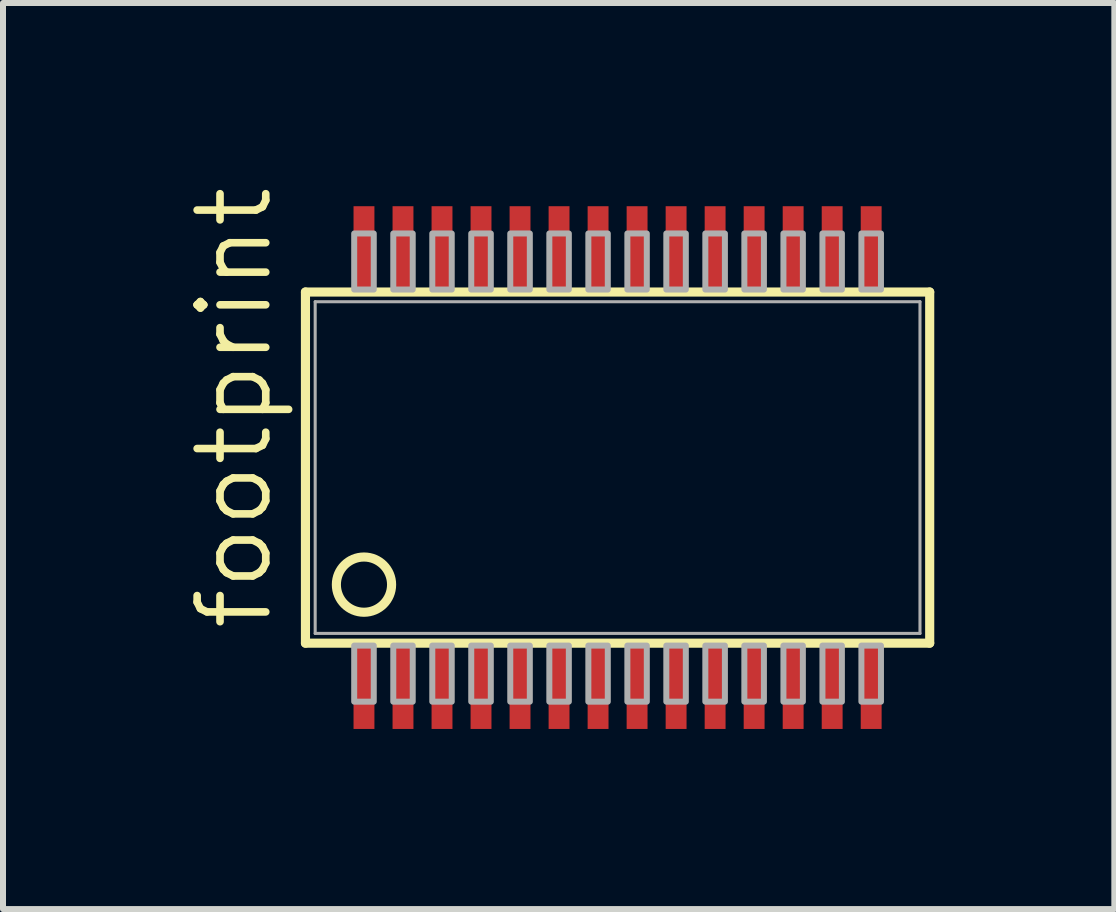
<source format=kicad_pcb>
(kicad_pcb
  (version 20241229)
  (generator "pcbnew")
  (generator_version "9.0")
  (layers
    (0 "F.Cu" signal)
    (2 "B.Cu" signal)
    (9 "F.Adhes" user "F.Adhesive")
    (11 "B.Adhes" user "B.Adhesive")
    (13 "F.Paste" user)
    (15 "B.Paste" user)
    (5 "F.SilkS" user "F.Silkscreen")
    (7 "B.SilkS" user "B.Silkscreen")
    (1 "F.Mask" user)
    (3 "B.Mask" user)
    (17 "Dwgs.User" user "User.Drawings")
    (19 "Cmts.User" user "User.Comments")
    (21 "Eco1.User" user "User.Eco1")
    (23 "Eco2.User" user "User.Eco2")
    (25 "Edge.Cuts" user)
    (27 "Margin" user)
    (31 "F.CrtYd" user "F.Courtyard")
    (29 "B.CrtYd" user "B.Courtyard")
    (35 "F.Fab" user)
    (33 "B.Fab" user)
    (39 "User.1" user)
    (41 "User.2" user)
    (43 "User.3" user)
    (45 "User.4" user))
  (footprint "footprint"
    (layer "F.Cu")
    (at 7.239 4.74)
    (property "Reference" "footprint" (at -5.715 2.76 90) (layer "F.SilkS") (effects (font (size 1.143 1.143) (thickness 0.127)) (justify left bottom)))
    (fp_line (start -5.2 -2.925) (end 5.2 -2.925) (stroke (width 0.152) (type solid)) (layer "F.SilkS"))
    (fp_line (start -5.2 2.925) (end -5.2 -2.925) (stroke (width 0.152) (type solid)) (layer "F.SilkS"))
    (fp_line (start 5.2 -2.925) (end 5.2 2.925) (stroke (width 0.152) (type solid)) (layer "F.SilkS"))
    (fp_line (start 5.2 2.925) (end -5.2 2.925) (stroke (width 0.152) (type solid)) (layer "F.SilkS"))
    (fp_circle (center -4.225 1.95) (end -3.765 1.95) (stroke (width 0.152) (type solid)) (fill no) (layer "F.SilkS"))
    (fp_line (start -5.038 -2.763) (end 5.038 -2.763) (stroke (width 0.051) (type solid)) (layer "F.Fab"))
    (fp_line (start -5.038 2.763) (end -5.038 -2.763) (stroke (width 0.051) (type solid)) (layer "F.Fab"))
    (fp_line (start 5.038 -2.763) (end 5.038 2.763) (stroke (width 0.051) (type solid)) (layer "F.Fab"))
    (fp_line (start 5.038 2.763) (end -5.038 2.763) (stroke (width 0.051) (type solid)) (layer "F.Fab"))
    (fp_poly (pts (xy -4.388 -2.966) (xy -4.062 -2.966) (xy -4.062 -3.9) (xy -4.388 -3.9)) (stroke (width 0.1) (type solid)) (fill no) (layer "F.Fab"))
    (fp_poly (pts (xy -4.388 3.9) (xy -4.062 3.9) (xy -4.062 2.966) (xy -4.388 2.966)) (stroke (width 0.1) (type solid)) (fill no) (layer "F.Fab"))
    (fp_poly (pts (xy -3.737 -2.966) (xy -3.413 -2.966) (xy -3.413 -3.9) (xy -3.737 -3.9)) (stroke (width 0.1) (type solid)) (fill no) (layer "F.Fab"))
    (fp_poly (pts (xy -3.737 3.9) (xy -3.413 3.9) (xy -3.413 2.966) (xy -3.737 2.966)) (stroke (width 0.1) (type solid)) (fill no) (layer "F.Fab"))
    (fp_poly (pts (xy -3.087 -2.966) (xy -2.763 -2.966) (xy -2.763 -3.9) (xy -3.087 -3.9)) (stroke (width 0.1) (type solid)) (fill no) (layer "F.Fab"))
    (fp_poly (pts (xy -3.087 3.9) (xy -2.763 3.9) (xy -2.763 2.966) (xy -3.087 2.966)) (stroke (width 0.1) (type solid)) (fill no) (layer "F.Fab"))
    (fp_poly (pts (xy -2.438 -2.966) (xy -2.112 -2.966) (xy -2.112 -3.9) (xy -2.438 -3.9)) (stroke (width 0.1) (type solid)) (fill no) (layer "F.Fab"))
    (fp_poly (pts (xy -2.438 3.9) (xy -2.112 3.9) (xy -2.112 2.966) (xy -2.438 2.966)) (stroke (width 0.1) (type solid)) (fill no) (layer "F.Fab"))
    (fp_poly (pts (xy -1.788 -2.966) (xy -1.462 -2.966) (xy -1.462 -3.9) (xy -1.788 -3.9)) (stroke (width 0.1) (type solid)) (fill no) (layer "F.Fab"))
    (fp_poly (pts (xy -1.788 3.9) (xy -1.462 3.9) (xy -1.462 2.966) (xy -1.788 2.966)) (stroke (width 0.1) (type solid)) (fill no) (layer "F.Fab"))
    (fp_poly (pts (xy -1.137 -2.966) (xy -0.812 -2.966) (xy -0.812 -3.9) (xy -1.137 -3.9)) (stroke (width 0.1) (type solid)) (fill no) (layer "F.Fab"))
    (fp_poly (pts (xy -1.137 3.9) (xy -0.812 3.9) (xy -0.812 2.966) (xy -1.137 2.966)) (stroke (width 0.1) (type solid)) (fill no) (layer "F.Fab"))
    (fp_poly (pts (xy -0.487 -2.966) (xy -0.163 -2.966) (xy -0.163 -3.9) (xy -0.487 -3.9)) (stroke (width 0.1) (type solid)) (fill no) (layer "F.Fab"))
    (fp_poly (pts (xy -0.487 3.9) (xy -0.163 3.9) (xy -0.163 2.966) (xy -0.487 2.966)) (stroke (width 0.1) (type solid)) (fill no) (layer "F.Fab"))
    (fp_poly (pts (xy 0.163 -2.966) (xy 0.487 -2.966) (xy 0.487 -3.9) (xy 0.163 -3.9)) (stroke (width 0.1) (type solid)) (fill no) (layer "F.Fab"))
    (fp_poly (pts (xy 0.163 3.9) (xy 0.487 3.9) (xy 0.487 2.966) (xy 0.163 2.966)) (stroke (width 0.1) (type solid)) (fill no) (layer "F.Fab"))
    (fp_poly (pts (xy 0.812 -2.966) (xy 1.137 -2.966) (xy 1.137 -3.9) (xy 0.812 -3.9)) (stroke (width 0.1) (type solid)) (fill no) (layer "F.Fab"))
    (fp_poly (pts (xy 0.812 3.9) (xy 1.137 3.9) (xy 1.137 2.966) (xy 0.812 2.966)) (stroke (width 0.1) (type solid)) (fill no) (layer "F.Fab"))
    (fp_poly (pts (xy 1.462 -2.966) (xy 1.788 -2.966) (xy 1.788 -3.9) (xy 1.462 -3.9)) (stroke (width 0.1) (type solid)) (fill no) (layer "F.Fab"))
    (fp_poly (pts (xy 1.462 3.9) (xy 1.788 3.9) (xy 1.788 2.966) (xy 1.462 2.966)) (stroke (width 0.1) (type solid)) (fill no) (layer "F.Fab"))
    (fp_poly (pts (xy 2.112 -2.966) (xy 2.438 -2.966) (xy 2.438 -3.9) (xy 2.112 -3.9)) (stroke (width 0.1) (type solid)) (fill no) (layer "F.Fab"))
    (fp_poly (pts (xy 2.112 3.9) (xy 2.438 3.9) (xy 2.438 2.966) (xy 2.112 2.966)) (stroke (width 0.1) (type solid)) (fill no) (layer "F.Fab"))
    (fp_poly (pts (xy 2.763 -2.966) (xy 3.087 -2.966) (xy 3.087 -3.9) (xy 2.763 -3.9)) (stroke (width 0.1) (type solid)) (fill no) (layer "F.Fab"))
    (fp_poly (pts (xy 2.763 3.9) (xy 3.087 3.9) (xy 3.087 2.966) (xy 2.763 2.966)) (stroke (width 0.1) (type solid)) (fill no) (layer "F.Fab"))
    (fp_poly (pts (xy 3.413 -2.966) (xy 3.737 -2.966) (xy 3.737 -3.9) (xy 3.413 -3.9)) (stroke (width 0.1) (type solid)) (fill no) (layer "F.Fab"))
    (fp_poly (pts (xy 3.413 3.9) (xy 3.737 3.9) (xy 3.737 2.966) (xy 3.413 2.966)) (stroke (width 0.1) (type solid)) (fill no) (layer "F.Fab"))
    (fp_poly (pts (xy 4.062 -2.966) (xy 4.388 -2.966) (xy 4.388 -3.9) (xy 4.062 -3.9)) (stroke (width 0.1) (type solid)) (fill no) (layer "F.Fab"))
    (fp_poly (pts (xy 4.062 3.9) (xy 4.388 3.9) (xy 4.388 2.966) (xy 4.062 2.966)) (stroke (width 0.1) (type solid)) (fill no) (layer "F.Fab"))
    (pad "1" smd rect (at -4.225 3.656) (size 0.348 1.397) (layers "F.Cu" "F.Mask" "F.Paste"))
    (pad "2" smd rect (at -3.575 3.656) (size 0.348 1.397) (layers "F.Cu" "F.Mask" "F.Paste"))
    (pad "3" smd rect (at -2.925 3.656) (size 0.348 1.397) (layers "F.Cu" "F.Mask" "F.Paste"))
    (pad "4" smd rect (at -2.275 3.656) (size 0.348 1.397) (layers "F.Cu" "F.Mask" "F.Paste"))
    (pad "5" smd rect (at -1.625 3.656) (size 0.348 1.397) (layers "F.Cu" "F.Mask" "F.Paste"))
    (pad "6" smd rect (at -0.975 3.656) (size 0.348 1.397) (layers "F.Cu" "F.Mask" "F.Paste"))
    (pad "7" smd rect (at -0.325 3.656) (size 0.348 1.397) (layers "F.Cu" "F.Mask" "F.Paste"))
    (pad "8" smd rect (at 0.325 3.656) (size 0.348 1.397) (layers "F.Cu" "F.Mask" "F.Paste"))
    (pad "9" smd rect (at 0.975 3.656) (size 0.348 1.397) (layers "F.Cu" "F.Mask" "F.Paste"))
    (pad "10" smd rect (at 1.625 3.656) (size 0.348 1.397) (layers "F.Cu" "F.Mask" "F.Paste"))
    (pad "11" smd rect (at 2.275 3.656) (size 0.348 1.397) (layers "F.Cu" "F.Mask" "F.Paste"))
    (pad "12" smd rect (at 2.925 3.656) (size 0.348 1.397) (layers "F.Cu" "F.Mask" "F.Paste"))
    (pad "13" smd rect (at 3.575 3.656) (size 0.348 1.397) (layers "F.Cu" "F.Mask" "F.Paste"))
    (pad "14" smd rect (at 4.225 3.656) (size 0.348 1.397) (layers "F.Cu" "F.Mask" "F.Paste"))
    (pad "15" smd rect (at 4.225 -3.656) (size 0.348 1.397) (layers "F.Cu" "F.Mask" "F.Paste"))
    (pad "16" smd rect (at 3.575 -3.656) (size 0.348 1.397) (layers "F.Cu" "F.Mask" "F.Paste"))
    (pad "17" smd rect (at 2.925 -3.656) (size 0.348 1.397) (layers "F.Cu" "F.Mask" "F.Paste"))
    (pad "18" smd rect (at 2.275 -3.656) (size 0.348 1.397) (layers "F.Cu" "F.Mask" "F.Paste"))
    (pad "19" smd rect (at 1.625 -3.656) (size 0.348 1.397) (layers "F.Cu" "F.Mask" "F.Paste"))
    (pad "20" smd rect (at 0.975 -3.656) (size 0.348 1.397) (layers "F.Cu" "F.Mask" "F.Paste"))
    (pad "21" smd rect (at 0.325 -3.656) (size 0.348 1.397) (layers "F.Cu" "F.Mask" "F.Paste"))
    (pad "22" smd rect (at -0.325 -3.656) (size 0.348 1.397) (layers "F.Cu" "F.Mask" "F.Paste"))
    (pad "23" smd rect (at -0.975 -3.656) (size 0.348 1.397) (layers "F.Cu" "F.Mask" "F.Paste"))
    (pad "24" smd rect (at -1.625 -3.656) (size 0.348 1.397) (layers "F.Cu" "F.Mask" "F.Paste"))
    (pad "25" smd rect (at -2.275 -3.656) (size 0.348 1.397) (layers "F.Cu" "F.Mask" "F.Paste"))
    (pad "26" smd rect (at -2.925 -3.656) (size 0.348 1.397) (layers "F.Cu" "F.Mask" "F.Paste"))
    (pad "27" smd rect (at -3.575 -3.656) (size 0.348 1.397) (layers "F.Cu" "F.Mask" "F.Paste"))
    (pad "28" smd rect (at -4.225 -3.656) (size 0.348 1.397) (layers "F.Cu" "F.Mask" "F.Paste")))
  (gr_rect
    (start -3 -3)
    (end 15.515 12.095)
    (stroke (width 0.1) (type default))
    (fill no)
    (layer "Edge.Cuts")))
</source>
